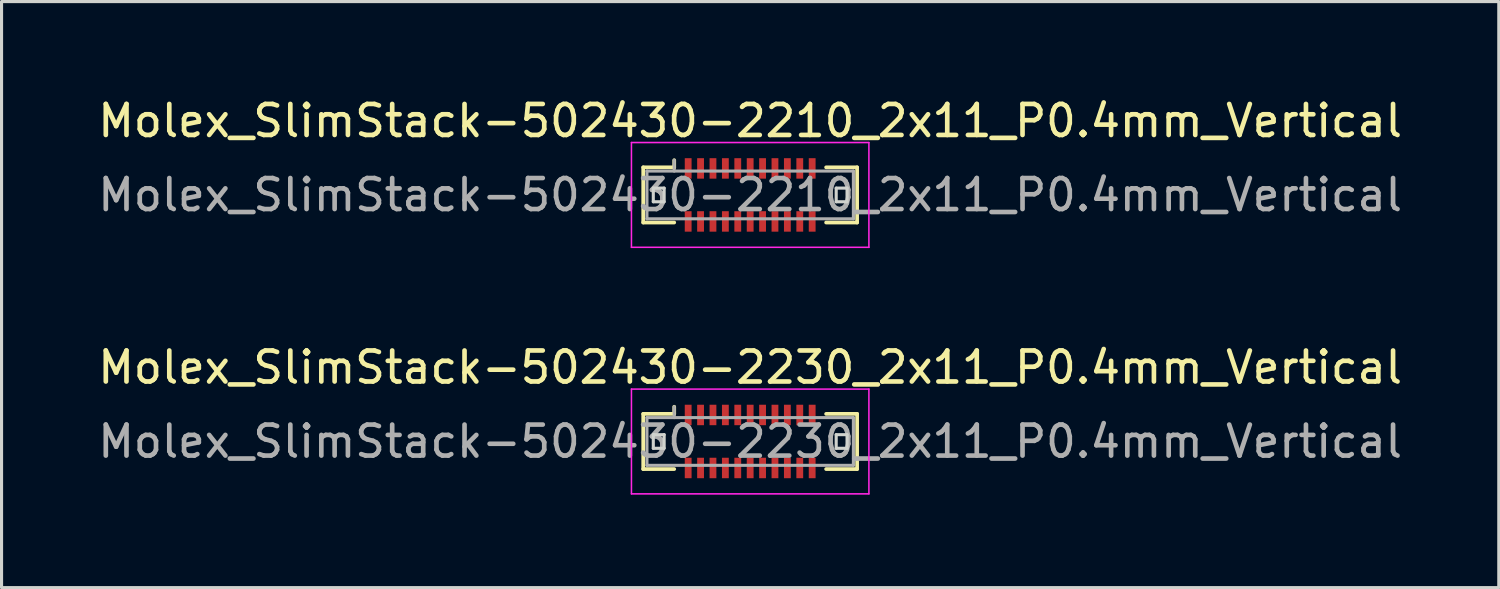
<source format=kicad_pcb>
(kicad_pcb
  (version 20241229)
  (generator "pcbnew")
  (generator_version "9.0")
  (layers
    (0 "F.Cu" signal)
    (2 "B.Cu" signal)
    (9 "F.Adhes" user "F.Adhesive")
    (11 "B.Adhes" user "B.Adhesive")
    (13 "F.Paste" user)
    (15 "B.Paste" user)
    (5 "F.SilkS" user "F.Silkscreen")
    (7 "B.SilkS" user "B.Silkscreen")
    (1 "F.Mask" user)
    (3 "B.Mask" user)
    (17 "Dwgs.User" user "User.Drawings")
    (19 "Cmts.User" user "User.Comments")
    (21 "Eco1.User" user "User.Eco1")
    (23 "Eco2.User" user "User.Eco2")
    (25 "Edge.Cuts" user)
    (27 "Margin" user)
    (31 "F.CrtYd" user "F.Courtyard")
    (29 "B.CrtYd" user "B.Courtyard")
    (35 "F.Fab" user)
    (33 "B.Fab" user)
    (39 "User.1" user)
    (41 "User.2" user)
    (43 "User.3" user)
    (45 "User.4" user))
  (footprint "Molex_SlimStack-502430-2230_2x11_P0.4mm_Vertical"
    (layer "F.Cu")
    (at 21.149 11.191)
    (property "Reference" "Molex_SlimStack-502430-2230_2x11_P0.4mm_Vertical" (at 0 -2.39 0) (layer "F.SilkS") (effects (font (size 1 1) (thickness 0.15))))
    (attr smd)
    (fp_line (start -3.45 -0.89) (end -2.45 -0.89) (stroke (width 0.12) (type solid)) (layer "F.SilkS"))
    (fp_line (start -3.45 0.89) (end -3.45 -0.89) (stroke (width 0.12) (type solid)) (layer "F.SilkS"))
    (fp_line (start -2.45 -0.89) (end -2.45 -1.12) (stroke (width 0.12) (type solid)) (layer "F.SilkS"))
    (fp_line (start -2.45 0.89) (end -3.45 0.89) (stroke (width 0.12) (type solid)) (layer "F.SilkS"))
    (fp_line (start 2.45 0.89) (end 3.45 0.89) (stroke (width 0.12) (type solid)) (layer "F.SilkS"))
    (fp_line (start 3.45 -0.89) (end 2.45 -0.89) (stroke (width 0.12) (type solid)) (layer "F.SilkS"))
    (fp_line (start 3.45 0.89) (end 3.45 -0.89) (stroke (width 0.12) (type solid)) (layer "F.SilkS"))
    (fp_line (start -3.125 -0.22) (end -3.125 0.22) (stroke (width 0.1) (type solid)) (layer "Edge.Cuts"))
    (fp_line (start -3.125 0.22) (end -2.775 0.22) (stroke (width 0.1) (type solid)) (layer "Edge.Cuts"))
    (fp_line (start -2.775 -0.22) (end -3.125 -0.22) (stroke (width 0.1) (type solid)) (layer "Edge.Cuts"))
    (fp_line (start -2.775 0.22) (end -2.775 -0.22) (stroke (width 0.1) (type solid)) (layer "Edge.Cuts"))
    (fp_line (start 2.775 -0.22) (end 2.775 0.22) (stroke (width 0.1) (type solid)) (layer "Edge.Cuts"))
    (fp_line (start 2.775 0.22) (end 3.125 0.22) (stroke (width 0.1) (type solid)) (layer "Edge.Cuts"))
    (fp_line (start 3.125 -0.22) (end 2.775 -0.22) (stroke (width 0.1) (type solid)) (layer "Edge.Cuts"))
    (fp_line (start 3.125 0.22) (end 3.125 -0.22) (stroke (width 0.1) (type solid)) (layer "Edge.Cuts"))
    (fp_line (start -3.83 -1.69) (end -3.83 1.69) (stroke (width 0.05) (type solid)) (layer "F.CrtYd"))
    (fp_line (start -3.83 1.69) (end 3.83 1.69) (stroke (width 0.05) (type solid)) (layer "F.CrtYd"))
    (fp_line (start 3.83 -1.69) (end -3.83 -1.69) (stroke (width 0.05) (type solid)) (layer "F.CrtYd"))
    (fp_line (start 3.83 1.69) (end 3.83 -1.69) (stroke (width 0.05) (type solid)) (layer "F.CrtYd"))
    (fp_line (start -3.33 -0.77) (end -3.33 0.77) (stroke (width 0.1) (type solid)) (layer "F.Fab"))
    (fp_line (start -3.33 0.77) (end 3.33 0.77) (stroke (width 0.1) (type solid)) (layer "F.Fab"))
    (fp_line (start -2.45 -0.77) (end -2.45 -1.12) (stroke (width 0.1) (type solid)) (layer "F.Fab"))
    (fp_line (start 3.33 -0.77) (end -3.33 -0.77) (stroke (width 0.1) (type solid)) (layer "F.Fab"))
    (fp_line (start 3.33 0.77) (end 3.33 -0.77) (stroke (width 0.1) (type solid)) (layer "F.Fab"))
    (fp_text user "${REFERENCE}" (at 0 0 0) (layer "F.Fab") (effects (font (size 1 1) (thickness 0.15))))
    (pad "1" smd rect (at -2 -0.855) (size 0.22 0.66) (layers "F.Cu" "F.Mask" "F.Paste"))
    (pad "2" smd rect (at -2 0.855) (size 0.22 0.66) (layers "F.Cu" "F.Mask" "F.Paste"))
    (pad "3" smd rect (at -1.6 -0.855) (size 0.22 0.66) (layers "F.Cu" "F.Mask" "F.Paste"))
    (pad "4" smd rect (at -1.6 0.855) (size 0.22 0.66) (layers "F.Cu" "F.Mask" "F.Paste"))
    (pad "5" smd rect (at -1.2 -0.855) (size 0.22 0.66) (layers "F.Cu" "F.Mask" "F.Paste"))
    (pad "6" smd rect (at -1.2 0.855) (size 0.22 0.66) (layers "F.Cu" "F.Mask" "F.Paste"))
    (pad "7" smd rect (at -0.8 -0.855) (size 0.22 0.66) (layers "F.Cu" "F.Mask" "F.Paste"))
    (pad "8" smd rect (at -0.8 0.855) (size 0.22 0.66) (layers "F.Cu" "F.Mask" "F.Paste"))
    (pad "9" smd rect (at -0.4 -0.855) (size 0.22 0.66) (layers "F.Cu" "F.Mask" "F.Paste"))
    (pad "10" smd rect (at -0.4 0.855) (size 0.22 0.66) (layers "F.Cu" "F.Mask" "F.Paste"))
    (pad "11" smd rect (at 0 -0.855) (size 0.22 0.66) (layers "F.Cu" "F.Mask" "F.Paste"))
    (pad "12" smd rect (at 0 0.855) (size 0.22 0.66) (layers "F.Cu" "F.Mask" "F.Paste"))
    (pad "13" smd rect (at 0.4 -0.855) (size 0.22 0.66) (layers "F.Cu" "F.Mask" "F.Paste"))
    (pad "14" smd rect (at 0.4 0.855) (size 0.22 0.66) (layers "F.Cu" "F.Mask" "F.Paste"))
    (pad "15" smd rect (at 0.8 -0.855) (size 0.22 0.66) (layers "F.Cu" "F.Mask" "F.Paste"))
    (pad "16" smd rect (at 0.8 0.855) (size 0.22 0.66) (layers "F.Cu" "F.Mask" "F.Paste"))
    (pad "17" smd rect (at 1.2 -0.855) (size 0.22 0.66) (layers "F.Cu" "F.Mask" "F.Paste"))
    (pad "18" smd rect (at 1.2 0.855) (size 0.22 0.66) (layers "F.Cu" "F.Mask" "F.Paste"))
    (pad "19" smd rect (at 1.6 -0.855) (size 0.22 0.66) (layers "F.Cu" "F.Mask" "F.Paste"))
    (pad "20" smd rect (at 1.6 0.855) (size 0.22 0.66) (layers "F.Cu" "F.Mask" "F.Paste"))
    (pad "21" smd rect (at 2 -0.855) (size 0.22 0.66) (layers "F.Cu" "F.Mask" "F.Paste"))
    (pad "22" smd rect (at 2 0.855) (size 0.22 0.66) (layers "F.Cu" "F.Mask" "F.Paste")))
  (footprint "Molex_SlimStack-502430-2210_2x11_P0.4mm_Vertical"
    (layer "F.Cu")
    (at 21.149 3.238)
    (property "Reference" "Molex_SlimStack-502430-2210_2x11_P0.4mm_Vertical" (at 0 -2.39 0) (layer "F.SilkS") (effects (font (size 1 1) (thickness 0.15))))
    (attr smd)
    (fp_line (start -3.45 -0.89) (end -2.45 -0.89) (stroke (width 0.12) (type solid)) (layer "F.SilkS"))
    (fp_line (start -3.45 0.89) (end -3.45 -0.89) (stroke (width 0.12) (type solid)) (layer "F.SilkS"))
    (fp_line (start -2.45 -0.89) (end -2.45 -1.12) (stroke (width 0.12) (type solid)) (layer "F.SilkS"))
    (fp_line (start -2.45 0.89) (end -3.45 0.89) (stroke (width 0.12) (type solid)) (layer "F.SilkS"))
    (fp_line (start 2.45 0.89) (end 3.45 0.89) (stroke (width 0.12) (type solid)) (layer "F.SilkS"))
    (fp_line (start 3.45 -0.89) (end 2.45 -0.89) (stroke (width 0.12) (type solid)) (layer "F.SilkS"))
    (fp_line (start 3.45 0.89) (end 3.45 -0.89) (stroke (width 0.12) (type solid)) (layer "F.SilkS"))
    (fp_line (start -3.125 -0.22) (end -3.125 0.22) (stroke (width 0.1) (type solid)) (layer "Edge.Cuts"))
    (fp_line (start -3.125 0.22) (end -2.775 0.22) (stroke (width 0.1) (type solid)) (layer "Edge.Cuts"))
    (fp_line (start -2.775 -0.22) (end -3.125 -0.22) (stroke (width 0.1) (type solid)) (layer "Edge.Cuts"))
    (fp_line (start -2.775 0.22) (end -2.775 -0.22) (stroke (width 0.1) (type solid)) (layer "Edge.Cuts"))
    (fp_line (start 2.775 -0.22) (end 2.775 0.22) (stroke (width 0.1) (type solid)) (layer "Edge.Cuts"))
    (fp_line (start 2.775 0.22) (end 3.125 0.22) (stroke (width 0.1) (type solid)) (layer "Edge.Cuts"))
    (fp_line (start 3.125 -0.22) (end 2.775 -0.22) (stroke (width 0.1) (type solid)) (layer "Edge.Cuts"))
    (fp_line (start 3.125 0.22) (end 3.125 -0.22) (stroke (width 0.1) (type solid)) (layer "Edge.Cuts"))
    (fp_line (start -3.83 -1.69) (end -3.83 1.69) (stroke (width 0.05) (type solid)) (layer "F.CrtYd"))
    (fp_line (start -3.83 1.69) (end 3.83 1.69) (stroke (width 0.05) (type solid)) (layer "F.CrtYd"))
    (fp_line (start 3.83 -1.69) (end -3.83 -1.69) (stroke (width 0.05) (type solid)) (layer "F.CrtYd"))
    (fp_line (start 3.83 1.69) (end 3.83 -1.69) (stroke (width 0.05) (type solid)) (layer "F.CrtYd"))
    (fp_line (start -3.33 -0.77) (end -3.33 0.77) (stroke (width 0.1) (type solid)) (layer "F.Fab"))
    (fp_line (start -3.33 0.77) (end 3.33 0.77) (stroke (width 0.1) (type solid)) (layer "F.Fab"))
    (fp_line (start -2.45 -0.77) (end -2.45 -1.12) (stroke (width 0.1) (type solid)) (layer "F.Fab"))
    (fp_line (start 3.33 -0.77) (end -3.33 -0.77) (stroke (width 0.1) (type solid)) (layer "F.Fab"))
    (fp_line (start 3.33 0.77) (end 3.33 -0.77) (stroke (width 0.1) (type solid)) (layer "F.Fab"))
    (fp_text user "${REFERENCE}" (at 0 0 0) (layer "F.Fab") (effects (font (size 1 1) (thickness 0.15))))
    (pad "1" smd rect (at -2 -0.855) (size 0.22 0.66) (layers "F.Cu" "F.Mask" "F.Paste"))
    (pad "2" smd rect (at -2 0.855) (size 0.22 0.66) (layers "F.Cu" "F.Mask" "F.Paste"))
    (pad "3" smd rect (at -1.6 -0.855) (size 0.22 0.66) (layers "F.Cu" "F.Mask" "F.Paste"))
    (pad "4" smd rect (at -1.6 0.855) (size 0.22 0.66) (layers "F.Cu" "F.Mask" "F.Paste"))
    (pad "5" smd rect (at -1.2 -0.855) (size 0.22 0.66) (layers "F.Cu" "F.Mask" "F.Paste"))
    (pad "6" smd rect (at -1.2 0.855) (size 0.22 0.66) (layers "F.Cu" "F.Mask" "F.Paste"))
    (pad "7" smd rect (at -0.8 -0.855) (size 0.22 0.66) (layers "F.Cu" "F.Mask" "F.Paste"))
    (pad "8" smd rect (at -0.8 0.855) (size 0.22 0.66) (layers "F.Cu" "F.Mask" "F.Paste"))
    (pad "9" smd rect (at -0.4 -0.855) (size 0.22 0.66) (layers "F.Cu" "F.Mask" "F.Paste"))
    (pad "10" smd rect (at -0.4 0.855) (size 0.22 0.66) (layers "F.Cu" "F.Mask" "F.Paste"))
    (pad "11" smd rect (at 0 -0.855) (size 0.22 0.66) (layers "F.Cu" "F.Mask" "F.Paste"))
    (pad "12" smd rect (at 0 0.855) (size 0.22 0.66) (layers "F.Cu" "F.Mask" "F.Paste"))
    (pad "13" smd rect (at 0.4 -0.855) (size 0.22 0.66) (layers "F.Cu" "F.Mask" "F.Paste"))
    (pad "14" smd rect (at 0.4 0.855) (size 0.22 0.66) (layers "F.Cu" "F.Mask" "F.Paste"))
    (pad "15" smd rect (at 0.8 -0.855) (size 0.22 0.66) (layers "F.Cu" "F.Mask" "F.Paste"))
    (pad "16" smd rect (at 0.8 0.855) (size 0.22 0.66) (layers "F.Cu" "F.Mask" "F.Paste"))
    (pad "17" smd rect (at 1.2 -0.855) (size 0.22 0.66) (layers "F.Cu" "F.Mask" "F.Paste"))
    (pad "18" smd rect (at 1.2 0.855) (size 0.22 0.66) (layers "F.Cu" "F.Mask" "F.Paste"))
    (pad "19" smd rect (at 1.6 -0.855) (size 0.22 0.66) (layers "F.Cu" "F.Mask" "F.Paste"))
    (pad "20" smd rect (at 1.6 0.855) (size 0.22 0.66) (layers "F.Cu" "F.Mask" "F.Paste"))
    (pad "21" smd rect (at 2 -0.855) (size 0.22 0.66) (layers "F.Cu" "F.Mask" "F.Paste"))
    (pad "22" smd rect (at 2 0.855) (size 0.22 0.66) (layers "F.Cu" "F.Mask" "F.Paste")))
  (gr_rect
    (start -3 -3)
    (end 45.298 15.906)
    (stroke (width 0.1) (type default))
    (fill no)
    (layer "Edge.Cuts")))
</source>
